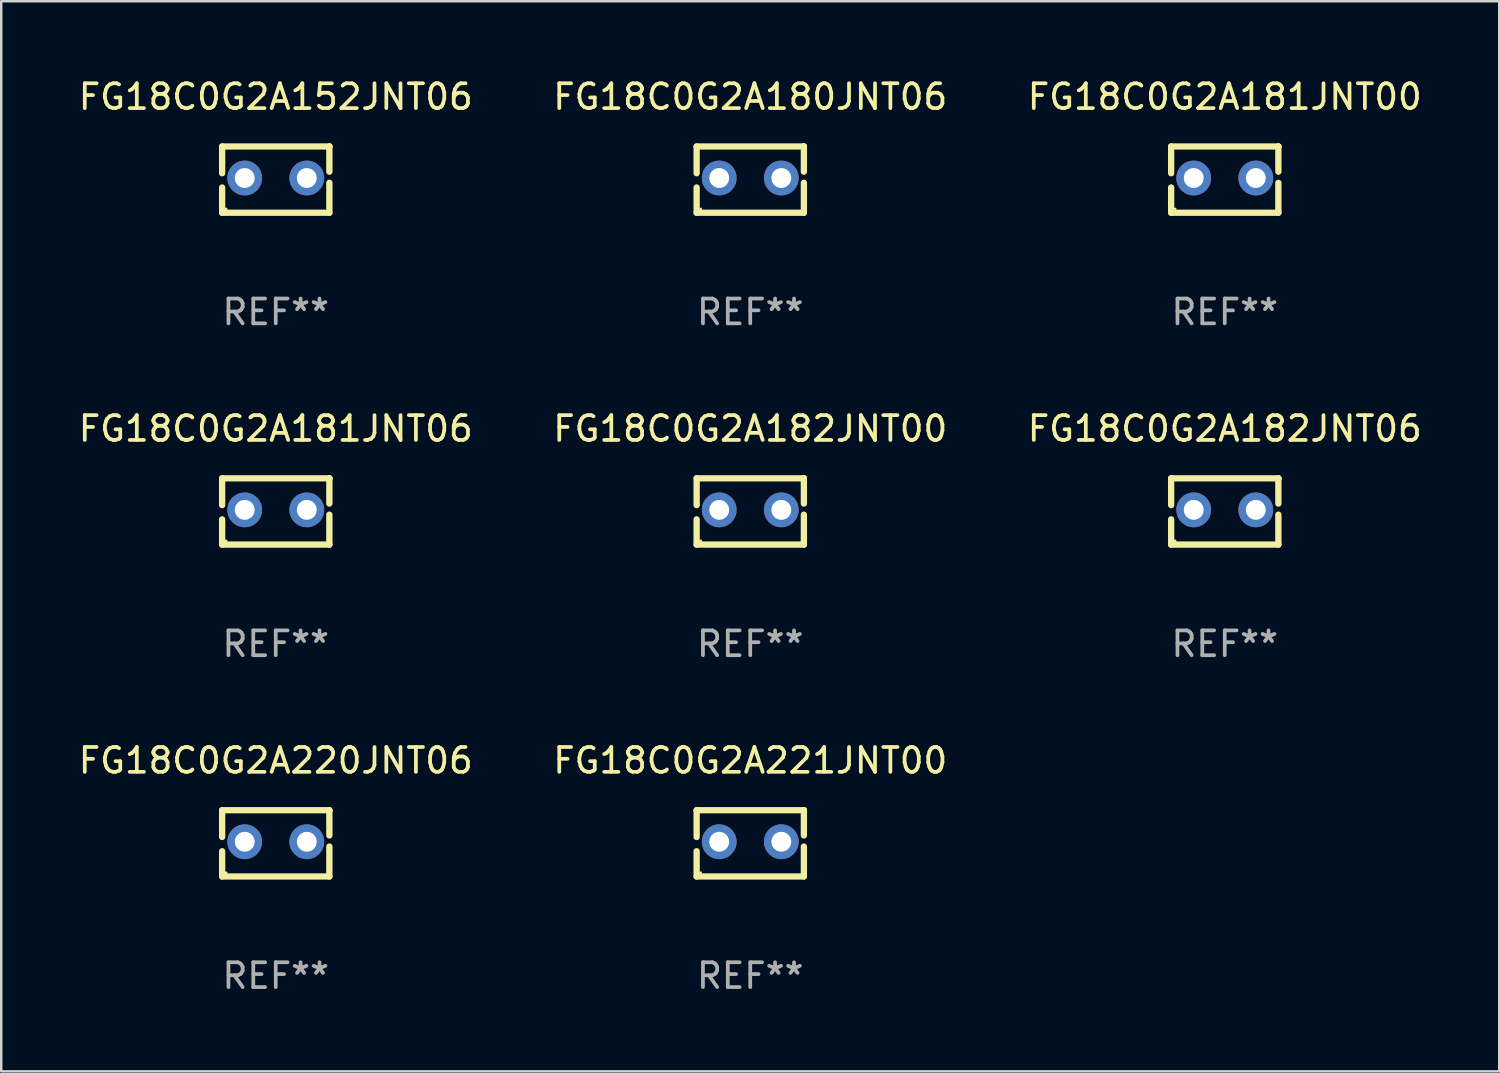
<source format=kicad_pcb>
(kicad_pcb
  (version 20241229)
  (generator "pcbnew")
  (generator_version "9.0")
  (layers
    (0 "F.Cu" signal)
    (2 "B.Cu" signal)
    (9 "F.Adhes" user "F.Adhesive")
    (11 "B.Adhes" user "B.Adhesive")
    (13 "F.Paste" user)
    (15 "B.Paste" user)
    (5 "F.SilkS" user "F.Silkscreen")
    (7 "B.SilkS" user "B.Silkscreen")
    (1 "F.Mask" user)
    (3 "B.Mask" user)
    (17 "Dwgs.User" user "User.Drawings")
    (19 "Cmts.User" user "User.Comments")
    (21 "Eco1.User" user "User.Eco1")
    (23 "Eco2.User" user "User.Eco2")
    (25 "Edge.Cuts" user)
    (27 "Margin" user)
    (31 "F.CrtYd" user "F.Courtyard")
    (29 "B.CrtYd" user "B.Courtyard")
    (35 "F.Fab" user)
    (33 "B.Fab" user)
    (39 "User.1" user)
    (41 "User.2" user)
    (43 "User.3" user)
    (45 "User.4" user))
  (footprint "FG18C0G2A181JNT00"
    (layer "F.Cu")
    (at 46.268 4.182)
    (property "Reference" "FG18C0G2A181JNT00" (at 0 -3.334 0) (layer "F.SilkS") (effects (font (size 1 1) (thickness 0.15))))
    (attr through_hole)
    (fp_line (start -2.159 -1.334) (end 2.159 -1.334) (stroke (width 0.254) (type solid)) (layer "F.SilkS"))
    (fp_line (start -2.159 -0.256) (end -2.159 -1.334) (stroke (width 0.254) (type solid)) (layer "F.SilkS"))
    (fp_line (start -2.159 1.334) (end -2.159 0.318) (stroke (width 0.254) (type solid)) (layer "F.SilkS"))
    (fp_line (start 2.159 -1.334) (end 2.159 -1.334) (stroke (width 0.254) (type solid)) (layer "F.SilkS"))
    (fp_line (start 2.159 -1.334) (end 2.159 -0.318) (stroke (width 0.254) (type solid)) (layer "F.SilkS"))
    (fp_line (start 2.159 0.129) (end 2.159 1.334) (stroke (width 0.254) (type solid)) (layer "F.SilkS"))
    (fp_line (start 2.159 1.334) (end -2.159 1.334) (stroke (width 0.254) (type solid)) (layer "F.SilkS"))
    (fp_circle (center -2 1.186) (end -1.97 1.186) (stroke (width 0.06) (type solid)) (fill no) (layer "F.SilkS"))
    (fp_text user "REF**" (at 0 5.334 0) (layer "F.Fab") (effects (font (size 1 1) (thickness 0.15))))
    (pad "1" thru_hole circle (at -1.25 -0.064) (size 1.4 1.4) (drill 0.8) (layers "*.Cu" "*.Mask"))
    (pad "2" thru_hole circle (at 1.25 -0.064) (size 1.4 1.4) (drill 0.8) (layers "*.Cu" "*.Mask")))
  (footprint "FG18C0G2A182JNT00"
    (layer "F.Cu")
    (at 27.161 17.545)
    (property "Reference" "FG18C0G2A182JNT00" (at 0 -3.334 0) (layer "F.SilkS") (effects (font (size 1 1) (thickness 0.15))))
    (attr through_hole)
    (fp_line (start -2.159 -1.334) (end 2.159 -1.334) (stroke (width 0.254) (type solid)) (layer "F.SilkS"))
    (fp_line (start -2.159 -0.256) (end -2.159 -1.334) (stroke (width 0.254) (type solid)) (layer "F.SilkS"))
    (fp_line (start -2.159 1.334) (end -2.159 0.318) (stroke (width 0.254) (type solid)) (layer "F.SilkS"))
    (fp_line (start 2.159 -1.334) (end 2.159 -1.334) (stroke (width 0.254) (type solid)) (layer "F.SilkS"))
    (fp_line (start 2.159 -1.334) (end 2.159 -0.318) (stroke (width 0.254) (type solid)) (layer "F.SilkS"))
    (fp_line (start 2.159 0.129) (end 2.159 1.334) (stroke (width 0.254) (type solid)) (layer "F.SilkS"))
    (fp_line (start 2.159 1.334) (end -2.159 1.334) (stroke (width 0.254) (type solid)) (layer "F.SilkS"))
    (fp_circle (center -2 1.186) (end -1.97 1.186) (stroke (width 0.06) (type solid)) (fill no) (layer "F.SilkS"))
    (fp_text user "REF**" (at 0 5.334 0) (layer "F.Fab") (effects (font (size 1 1) (thickness 0.15))))
    (pad "1" thru_hole circle (at -1.25 -0.064) (size 1.4 1.4) (drill 0.8) (layers "*.Cu" "*.Mask"))
    (pad "2" thru_hole circle (at 1.25 -0.064) (size 1.4 1.4) (drill 0.8) (layers "*.Cu" "*.Mask")))
  (footprint "FG18C0G2A220JNT06"
    (layer "F.Cu")
    (at 8.054 30.909)
    (property "Reference" "FG18C0G2A220JNT06" (at 0 -3.334 0) (layer "F.SilkS") (effects (font (size 1 1) (thickness 0.15))))
    (attr through_hole)
    (fp_line (start -2.159 -1.334) (end 2.159 -1.334) (stroke (width 0.254) (type solid)) (layer "F.SilkS"))
    (fp_line (start -2.159 -0.256) (end -2.159 -1.334) (stroke (width 0.254) (type solid)) (layer "F.SilkS"))
    (fp_line (start -2.159 1.334) (end -2.159 0.318) (stroke (width 0.254) (type solid)) (layer "F.SilkS"))
    (fp_line (start 2.159 -1.334) (end 2.159 -1.334) (stroke (width 0.254) (type solid)) (layer "F.SilkS"))
    (fp_line (start 2.159 -1.334) (end 2.159 -0.318) (stroke (width 0.254) (type solid)) (layer "F.SilkS"))
    (fp_line (start 2.159 0.129) (end 2.159 1.334) (stroke (width 0.254) (type solid)) (layer "F.SilkS"))
    (fp_line (start 2.159 1.334) (end -2.159 1.334) (stroke (width 0.254) (type solid)) (layer "F.SilkS"))
    (fp_circle (center -2 1.186) (end -1.97 1.186) (stroke (width 0.06) (type solid)) (fill no) (layer "F.SilkS"))
    (fp_text user "REF**" (at 0 5.334 0) (layer "F.Fab") (effects (font (size 1 1) (thickness 0.15))))
    (pad "1" thru_hole circle (at -1.25 -0.064) (size 1.4 1.4) (drill 0.8) (layers "*.Cu" "*.Mask"))
    (pad "2" thru_hole circle (at 1.25 -0.064) (size 1.4 1.4) (drill 0.8) (layers "*.Cu" "*.Mask")))
  (footprint "FG18C0G2A152JNT06"
    (layer "F.Cu")
    (at 8.054 4.182)
    (property "Reference" "FG18C0G2A152JNT06" (at 0 -3.334 0) (layer "F.SilkS") (effects (font (size 1 1) (thickness 0.15))))
    (attr through_hole)
    (fp_line (start -2.159 -1.334) (end 2.159 -1.334) (stroke (width 0.254) (type solid)) (layer "F.SilkS"))
    (fp_line (start -2.159 -0.256) (end -2.159 -1.334) (stroke (width 0.254) (type solid)) (layer "F.SilkS"))
    (fp_line (start -2.159 1.334) (end -2.159 0.318) (stroke (width 0.254) (type solid)) (layer "F.SilkS"))
    (fp_line (start 2.159 -1.334) (end 2.159 -1.334) (stroke (width 0.254) (type solid)) (layer "F.SilkS"))
    (fp_line (start 2.159 -1.334) (end 2.159 -0.318) (stroke (width 0.254) (type solid)) (layer "F.SilkS"))
    (fp_line (start 2.159 0.129) (end 2.159 1.334) (stroke (width 0.254) (type solid)) (layer "F.SilkS"))
    (fp_line (start 2.159 1.334) (end -2.159 1.334) (stroke (width 0.254) (type solid)) (layer "F.SilkS"))
    (fp_circle (center -2 1.186) (end -1.97 1.186) (stroke (width 0.06) (type solid)) (fill no) (layer "F.SilkS"))
    (fp_text user "REF**" (at 0 5.334 0) (layer "F.Fab") (effects (font (size 1 1) (thickness 0.15))))
    (pad "1" thru_hole circle (at -1.25 -0.064) (size 1.4 1.4) (drill 0.8) (layers "*.Cu" "*.Mask"))
    (pad "2" thru_hole circle (at 1.25 -0.064) (size 1.4 1.4) (drill 0.8) (layers "*.Cu" "*.Mask")))
  (footprint "FG18C0G2A182JNT06"
    (layer "F.Cu")
    (at 46.268 17.545)
    (property "Reference" "FG18C0G2A182JNT06" (at 0 -3.334 0) (layer "F.SilkS") (effects (font (size 1 1) (thickness 0.15))))
    (attr through_hole)
    (fp_line (start -2.159 -1.334) (end 2.159 -1.334) (stroke (width 0.254) (type solid)) (layer "F.SilkS"))
    (fp_line (start -2.159 -0.256) (end -2.159 -1.334) (stroke (width 0.254) (type solid)) (layer "F.SilkS"))
    (fp_line (start -2.159 1.334) (end -2.159 0.318) (stroke (width 0.254) (type solid)) (layer "F.SilkS"))
    (fp_line (start 2.159 -1.334) (end 2.159 -1.334) (stroke (width 0.254) (type solid)) (layer "F.SilkS"))
    (fp_line (start 2.159 -1.334) (end 2.159 -0.318) (stroke (width 0.254) (type solid)) (layer "F.SilkS"))
    (fp_line (start 2.159 0.129) (end 2.159 1.334) (stroke (width 0.254) (type solid)) (layer "F.SilkS"))
    (fp_line (start 2.159 1.334) (end -2.159 1.334) (stroke (width 0.254) (type solid)) (layer "F.SilkS"))
    (fp_circle (center -2 1.186) (end -1.97 1.186) (stroke (width 0.06) (type solid)) (fill no) (layer "F.SilkS"))
    (fp_text user "REF**" (at 0 5.334 0) (layer "F.Fab") (effects (font (size 1 1) (thickness 0.15))))
    (pad "1" thru_hole circle (at -1.25 -0.064) (size 1.4 1.4) (drill 0.8) (layers "*.Cu" "*.Mask"))
    (pad "2" thru_hole circle (at 1.25 -0.064) (size 1.4 1.4) (drill 0.8) (layers "*.Cu" "*.Mask")))
  (footprint "FG18C0G2A221JNT00"
    (layer "F.Cu")
    (at 27.161 30.909)
    (property "Reference" "FG18C0G2A221JNT00" (at 0 -3.334 0) (layer "F.SilkS") (effects (font (size 1 1) (thickness 0.15))))
    (attr through_hole)
    (fp_line (start -2.159 -1.334) (end 2.159 -1.334) (stroke (width 0.254) (type solid)) (layer "F.SilkS"))
    (fp_line (start -2.159 -0.256) (end -2.159 -1.334) (stroke (width 0.254) (type solid)) (layer "F.SilkS"))
    (fp_line (start -2.159 1.334) (end -2.159 0.318) (stroke (width 0.254) (type solid)) (layer "F.SilkS"))
    (fp_line (start 2.159 -1.334) (end 2.159 -1.334) (stroke (width 0.254) (type solid)) (layer "F.SilkS"))
    (fp_line (start 2.159 -1.334) (end 2.159 -0.318) (stroke (width 0.254) (type solid)) (layer "F.SilkS"))
    (fp_line (start 2.159 0.129) (end 2.159 1.334) (stroke (width 0.254) (type solid)) (layer "F.SilkS"))
    (fp_line (start 2.159 1.334) (end -2.159 1.334) (stroke (width 0.254) (type solid)) (layer "F.SilkS"))
    (fp_circle (center -2 1.186) (end -1.97 1.186) (stroke (width 0.06) (type solid)) (fill no) (layer "F.SilkS"))
    (fp_text user "REF**" (at 0 5.334 0) (layer "F.Fab") (effects (font (size 1 1) (thickness 0.15))))
    (pad "1" thru_hole circle (at -1.25 -0.064) (size 1.4 1.4) (drill 0.8) (layers "*.Cu" "*.Mask"))
    (pad "2" thru_hole circle (at 1.25 -0.064) (size 1.4 1.4) (drill 0.8) (layers "*.Cu" "*.Mask")))
  (footprint "FG18C0G2A180JNT06"
    (layer "F.Cu")
    (at 27.161 4.182)
    (property "Reference" "FG18C0G2A180JNT06" (at 0 -3.334 0) (layer "F.SilkS") (effects (font (size 1 1) (thickness 0.15))))
    (attr through_hole)
    (fp_line (start -2.159 -1.334) (end 2.159 -1.334) (stroke (width 0.254) (type solid)) (layer "F.SilkS"))
    (fp_line (start -2.159 -0.256) (end -2.159 -1.334) (stroke (width 0.254) (type solid)) (layer "F.SilkS"))
    (fp_line (start -2.159 1.334) (end -2.159 0.318) (stroke (width 0.254) (type solid)) (layer "F.SilkS"))
    (fp_line (start 2.159 -1.334) (end 2.159 -1.334) (stroke (width 0.254) (type solid)) (layer "F.SilkS"))
    (fp_line (start 2.159 -1.334) (end 2.159 -0.318) (stroke (width 0.254) (type solid)) (layer "F.SilkS"))
    (fp_line (start 2.159 0.129) (end 2.159 1.334) (stroke (width 0.254) (type solid)) (layer "F.SilkS"))
    (fp_line (start 2.159 1.334) (end -2.159 1.334) (stroke (width 0.254) (type solid)) (layer "F.SilkS"))
    (fp_circle (center -2 1.186) (end -1.97 1.186) (stroke (width 0.06) (type solid)) (fill no) (layer "F.SilkS"))
    (fp_text user "REF**" (at 0 5.334 0) (layer "F.Fab") (effects (font (size 1 1) (thickness 0.15))))
    (pad "1" thru_hole circle (at -1.25 -0.064) (size 1.4 1.4) (drill 0.8) (layers "*.Cu" "*.Mask"))
    (pad "2" thru_hole circle (at 1.25 -0.064) (size 1.4 1.4) (drill 0.8) (layers "*.Cu" "*.Mask")))
  (footprint "FG18C0G2A181JNT06"
    (layer "F.Cu")
    (at 8.054 17.545)
    (property "Reference" "FG18C0G2A181JNT06" (at 0 -3.334 0) (layer "F.SilkS") (effects (font (size 1 1) (thickness 0.15))))
    (attr through_hole)
    (fp_line (start -2.159 -1.334) (end 2.159 -1.334) (stroke (width 0.254) (type solid)) (layer "F.SilkS"))
    (fp_line (start -2.159 -0.256) (end -2.159 -1.334) (stroke (width 0.254) (type solid)) (layer "F.SilkS"))
    (fp_line (start -2.159 1.334) (end -2.159 0.318) (stroke (width 0.254) (type solid)) (layer "F.SilkS"))
    (fp_line (start 2.159 -1.334) (end 2.159 -1.334) (stroke (width 0.254) (type solid)) (layer "F.SilkS"))
    (fp_line (start 2.159 -1.334) (end 2.159 -0.318) (stroke (width 0.254) (type solid)) (layer "F.SilkS"))
    (fp_line (start 2.159 0.129) (end 2.159 1.334) (stroke (width 0.254) (type solid)) (layer "F.SilkS"))
    (fp_line (start 2.159 1.334) (end -2.159 1.334) (stroke (width 0.254) (type solid)) (layer "F.SilkS"))
    (fp_circle (center -2 1.186) (end -1.97 1.186) (stroke (width 0.06) (type solid)) (fill no) (layer "F.SilkS"))
    (fp_text user "REF**" (at 0 5.334 0) (layer "F.Fab") (effects (font (size 1 1) (thickness 0.15))))
    (pad "1" thru_hole circle (at -1.25 -0.064) (size 1.4 1.4) (drill 0.8) (layers "*.Cu" "*.Mask"))
    (pad "2" thru_hole circle (at 1.25 -0.064) (size 1.4 1.4) (drill 0.8) (layers "*.Cu" "*.Mask")))
  (gr_rect
    (start -3 -3)
    (end 57.321 40.091)
    (stroke (width 0.1) (type default))
    (fill no)
    (layer "Edge.Cuts")))
</source>
